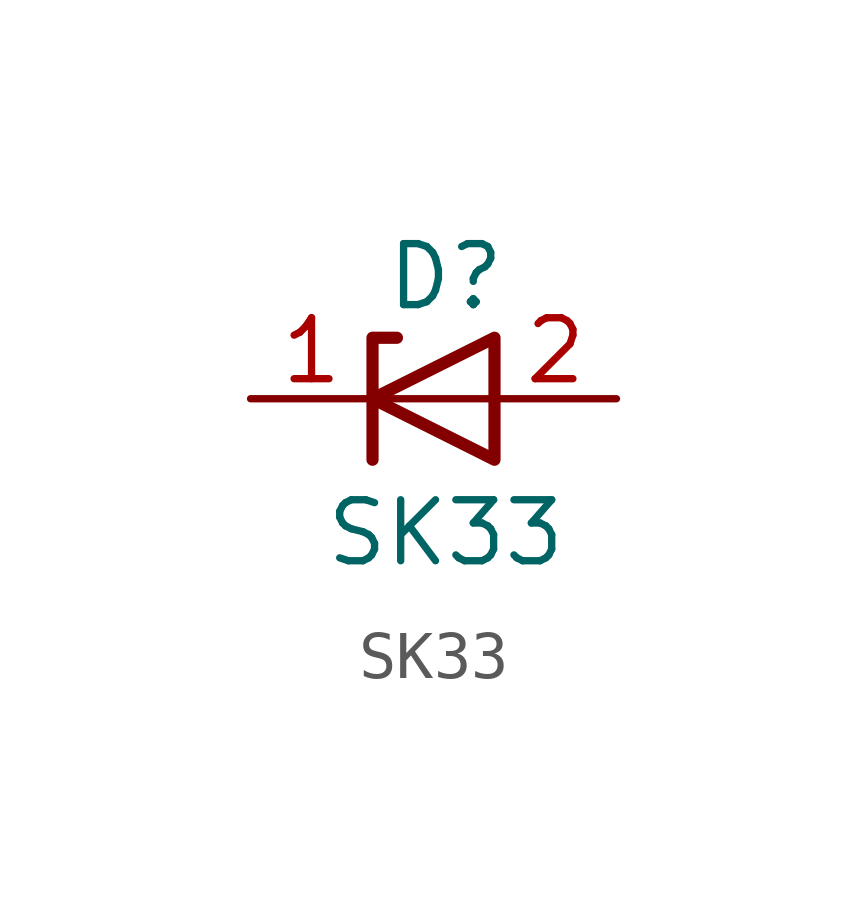
<source format=kicad_sym>
(kicad_symbol_lib
  (version 20211014)
  (generator kicad_symbol_editor)
  (symbol "SK33"
    (pin_names
      (offset 2) hide)
    (property "Reference" "D"
      (at 0 2.54 0)
      (effects (font (size 1.27 1.27))))
    (property "Value" "SK33"
      (at 0 -2.794 0)
      (effects (font (size 1.27 1.27))))
    (symbol "SK33_0_1"
      (polyline (pts (xy 1.016 0) (xy -1.524 0)) (stroke (width 0) (type default) (color 0 0 0 0)) (fill (type none)))
      (polyline (pts (xy -1.524 -1.27) (xy -1.524 1.27) (xy -1.016 1.27)) (stroke (width 0.254) (type default) (color 0 0 0 0)) (fill (type none)))
      (polyline (pts (xy 1.016 -1.27) (xy 1.016 1.27) (xy -1.524 0) (xy 1.016 -1.27)) (stroke (width 0.254) (type default) (color 0 0 0 0)) (fill (type none))))
    (symbol "SK33_1_1"
      (pin passive line (at -4.064 0 0) (length 2.54) (name "K" (effects (font (size 1.27 1.27)))) (number "1" (effects (font (size 1.27 1.27)))))
      (pin passive line (at 3.556 0 180) (length 2.54) (name "A" (effects (font (size 1.27 1.27)))) (number "2" (effects (font (size 1.27 1.27))))))))
</source>
